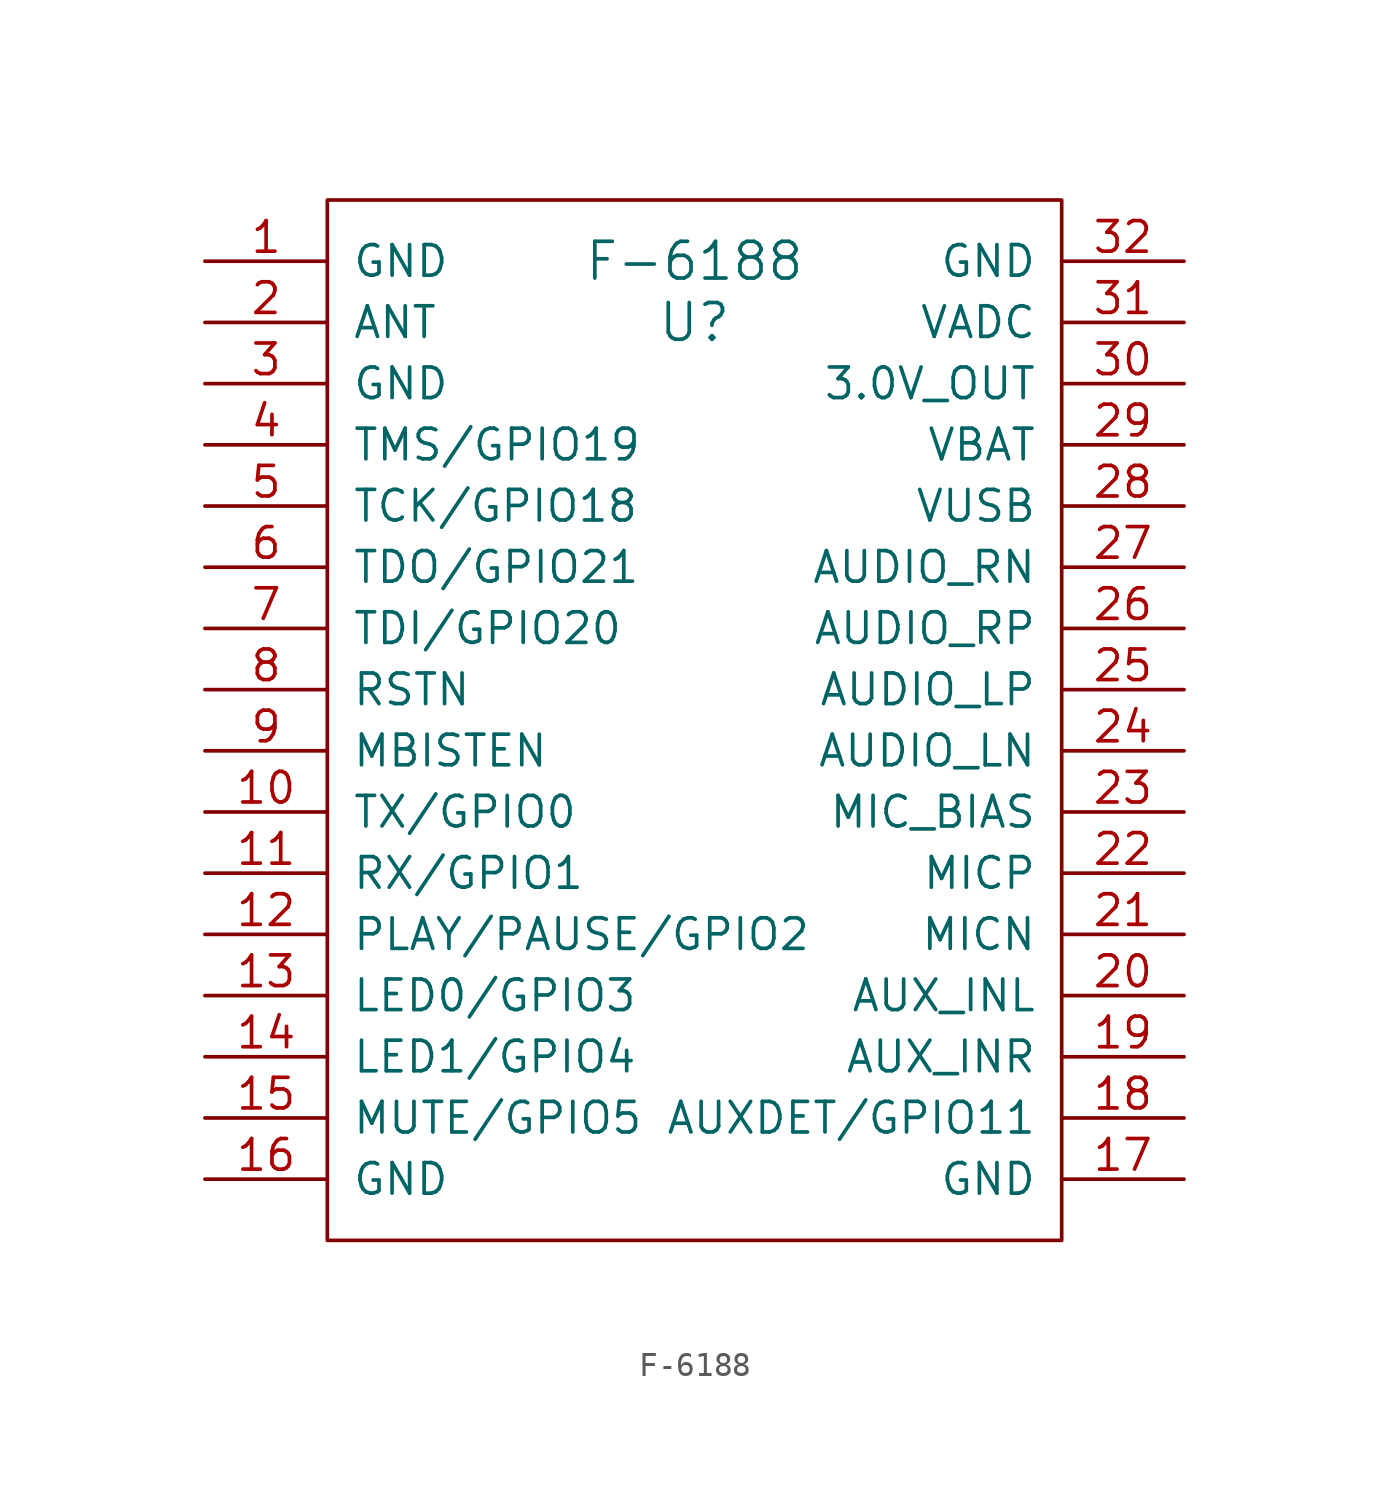
<source format=kicad_sym>
(kicad_symbol_lib
  (version 20211014)
  (generator kicad_symbol_editor)
  (symbol "F-6188"
    (pin_names
      (offset 1.016))
    (property "Reference" "U"
      (at 63.5 67.31 0)
      (effects (font (size 1.524 1.524))))
    (property "Value" "F-6188"
      (at 63.5 69.85 0)
      (effects (font (size 1.524 1.524))))
    (symbol "F-6188_0_1"
      (rectangle (start 48.26 72.39) (end 78.74 29.21) (stroke (width 0) (type default) (color 0 0 0 0)) (fill (type none))))
    (symbol "F-6188_1_1"
      (pin input line (at 43.18 69.85 0) (length 5.08) (name "GND" (effects (font (size 1.27 1.27)))) (number "1" (effects (font (size 1.27 1.27)))))
      (pin input line (at 43.18 46.99 0) (length 5.08) (name "TX/GPIO0" (effects (font (size 1.27 1.27)))) (number "10" (effects (font (size 1.27 1.27)))))
      (pin input line (at 43.18 44.45 0) (length 5.08) (name "RX/GPIO1" (effects (font (size 1.27 1.27)))) (number "11" (effects (font (size 1.27 1.27)))))
      (pin input line (at 43.18 41.91 0) (length 5.08) (name "PLAY/PAUSE/GPIO2" (effects (font (size 1.27 1.27)))) (number "12" (effects (font (size 1.27 1.27)))))
      (pin input line (at 43.18 39.37 0) (length 5.08) (name "LED0/GPIO3" (effects (font (size 1.27 1.27)))) (number "13" (effects (font (size 1.27 1.27)))))
      (pin input line (at 43.18 36.83 0) (length 5.08) (name "LED1/GPIO4" (effects (font (size 1.27 1.27)))) (number "14" (effects (font (size 1.27 1.27)))))
      (pin input line (at 43.18 34.29 0) (length 5.08) (name "MUTE/GPIO5" (effects (font (size 1.27 1.27)))) (number "15" (effects (font (size 1.27 1.27)))))
      (pin input line (at 43.18 31.75 0) (length 5.08) (name "GND" (effects (font (size 1.27 1.27)))) (number "16" (effects (font (size 1.27 1.27)))))
      (pin input line (at 83.82 31.75 180) (length 5.08) (name "GND" (effects (font (size 1.27 1.27)))) (number "17" (effects (font (size 1.27 1.27)))))
      (pin input line (at 83.82 34.29 180) (length 5.08) (name "AUXDET/GPIO11" (effects (font (size 1.27 1.27)))) (number "18" (effects (font (size 1.27 1.27)))))
      (pin input line (at 83.82 36.83 180) (length 5.08) (name "AUX_INR" (effects (font (size 1.27 1.27)))) (number "19" (effects (font (size 1.27 1.27)))))
      (pin input line (at 43.18 67.31 0) (length 5.08) (name "ANT" (effects (font (size 1.27 1.27)))) (number "2" (effects (font (size 1.27 1.27)))))
      (pin input line (at 83.82 39.37 180) (length 5.08) (name "AUX_INL" (effects (font (size 1.27 1.27)))) (number "20" (effects (font (size 1.27 1.27)))))
      (pin input line (at 83.82 41.91 180) (length 5.08) (name "MICN" (effects (font (size 1.27 1.27)))) (number "21" (effects (font (size 1.27 1.27)))))
      (pin input line (at 83.82 44.45 180) (length 5.08) (name "MICP" (effects (font (size 1.27 1.27)))) (number "22" (effects (font (size 1.27 1.27)))))
      (pin input line (at 83.82 46.99 180) (length 5.08) (name "MIC_BIAS" (effects (font (size 1.27 1.27)))) (number "23" (effects (font (size 1.27 1.27)))))
      (pin input line (at 83.82 49.53 180) (length 5.08) (name "AUDIO_LN" (effects (font (size 1.27 1.27)))) (number "24" (effects (font (size 1.27 1.27)))))
      (pin input line (at 83.82 52.07 180) (length 5.08) (name "AUDIO_LP" (effects (font (size 1.27 1.27)))) (number "25" (effects (font (size 1.27 1.27)))))
      (pin input line (at 83.82 54.61 180) (length 5.08) (name "AUDIO_RP" (effects (font (size 1.27 1.27)))) (number "26" (effects (font (size 1.27 1.27)))))
      (pin input line (at 83.82 57.15 180) (length 5.08) (name "AUDIO_RN" (effects (font (size 1.27 1.27)))) (number "27" (effects (font (size 1.27 1.27)))))
      (pin input line (at 83.82 59.69 180) (length 5.08) (name "VUSB" (effects (font (size 1.27 1.27)))) (number "28" (effects (font (size 1.27 1.27)))))
      (pin input line (at 83.82 62.23 180) (length 5.08) (name "VBAT" (effects (font (size 1.27 1.27)))) (number "29" (effects (font (size 1.27 1.27)))))
      (pin input line (at 43.18 64.77 0) (length 5.08) (name "GND" (effects (font (size 1.27 1.27)))) (number "3" (effects (font (size 1.27 1.27)))))
      (pin input line (at 83.82 64.77 180) (length 5.08) (name "3.0V_OUT" (effects (font (size 1.27 1.27)))) (number "30" (effects (font (size 1.27 1.27)))))
      (pin input line (at 83.82 67.31 180) (length 5.08) (name "VADC" (effects (font (size 1.27 1.27)))) (number "31" (effects (font (size 1.27 1.27)))))
      (pin input line (at 83.82 69.85 180) (length 5.08) (name "GND" (effects (font (size 1.27 1.27)))) (number "32" (effects (font (size 1.27 1.27)))))
      (pin input line (at 43.18 62.23 0) (length 5.08) (name "TMS/GPIO19" (effects (font (size 1.27 1.27)))) (number "4" (effects (font (size 1.27 1.27)))))
      (pin input line (at 43.18 59.69 0) (length 5.08) (name "TCK/GPIO18" (effects (font (size 1.27 1.27)))) (number "5" (effects (font (size 1.27 1.27)))))
      (pin input line (at 43.18 57.15 0) (length 5.08) (name "TDO/GPIO21" (effects (font (size 1.27 1.27)))) (number "6" (effects (font (size 1.27 1.27)))))
      (pin input line (at 43.18 54.61 0) (length 5.08) (name "TDI/GPIO20" (effects (font (size 1.27 1.27)))) (number "7" (effects (font (size 1.27 1.27)))))
      (pin input line (at 43.18 52.07 0) (length 5.08) (name "RSTN" (effects (font (size 1.27 1.27)))) (number "8" (effects (font (size 1.27 1.27)))))
      (pin input line (at 43.18 49.53 0) (length 5.08) (name "MBISTEN" (effects (font (size 1.27 1.27)))) (number "9" (effects (font (size 1.27 1.27))))))))
</source>
